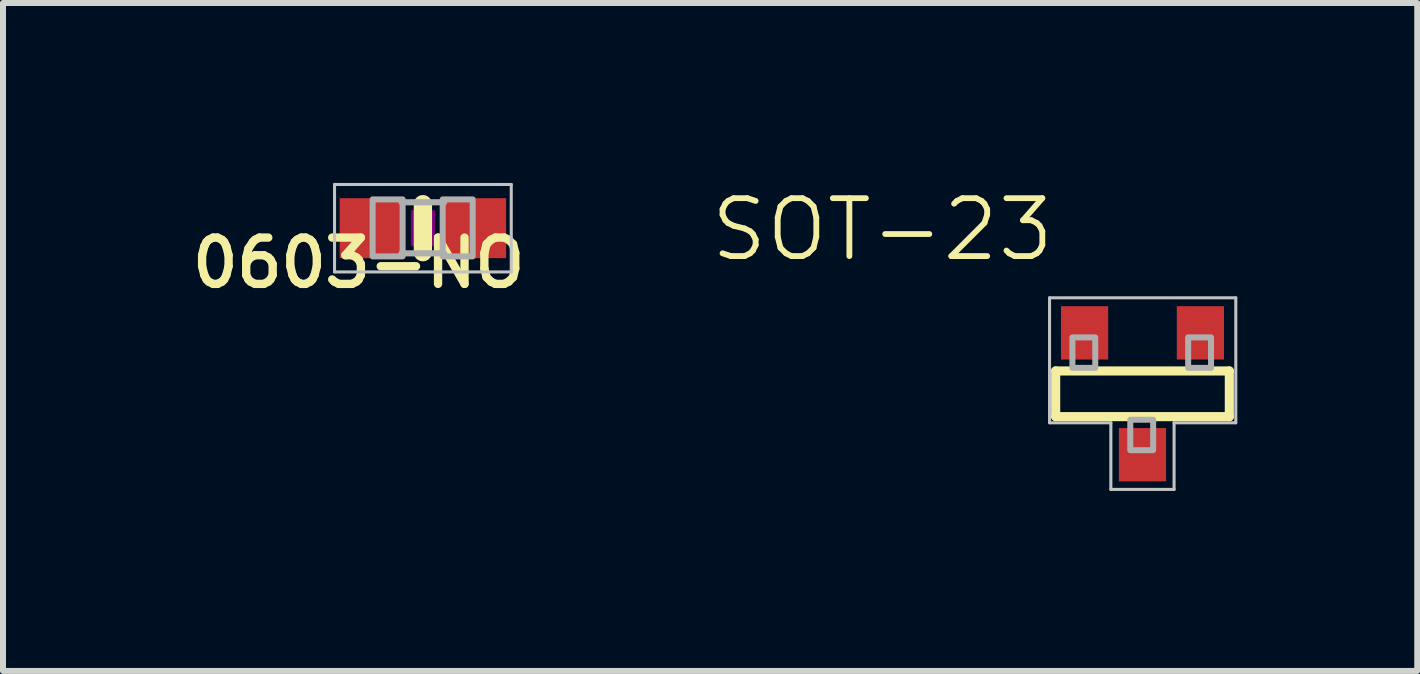
<source format=kicad_pcb>
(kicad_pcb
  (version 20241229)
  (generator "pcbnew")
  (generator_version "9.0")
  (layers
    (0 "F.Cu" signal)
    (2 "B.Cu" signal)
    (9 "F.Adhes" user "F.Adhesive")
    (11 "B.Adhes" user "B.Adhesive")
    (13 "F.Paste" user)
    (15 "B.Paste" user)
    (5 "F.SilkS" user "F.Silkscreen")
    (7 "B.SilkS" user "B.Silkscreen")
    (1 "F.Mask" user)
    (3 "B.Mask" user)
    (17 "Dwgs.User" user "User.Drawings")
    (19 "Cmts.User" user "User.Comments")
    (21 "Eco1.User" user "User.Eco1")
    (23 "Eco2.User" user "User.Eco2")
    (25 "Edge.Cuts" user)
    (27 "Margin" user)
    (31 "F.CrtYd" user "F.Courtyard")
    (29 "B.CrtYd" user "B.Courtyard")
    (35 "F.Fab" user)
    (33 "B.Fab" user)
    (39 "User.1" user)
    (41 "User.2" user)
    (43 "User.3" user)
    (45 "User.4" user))
  (footprint "SOT-23"
    (layer "F.Cu")
    (at 15.971 3.515)
    (property "Reference" "SOT-23" (at -1.397 -3.302 180) (layer "F.SilkS") (effects (font (size 0.965 0.965) (thickness 0.097)) (justify right top)))
    (attr through_hole)
    (fp_line (start -1.422 -0.381) (end 1.473 -0.381) (stroke (width 0.152) (type solid)) (layer "F.SilkS"))
    (fp_line (start -1.422 0.381) (end -1.422 -0.381) (stroke (width 0.152) (type solid)) (layer "F.SilkS"))
    (fp_line (start 1.473 -0.381) (end 1.473 0.381) (stroke (width 0.152) (type solid)) (layer "F.SilkS"))
    (fp_line (start 1.473 0.381) (end -1.422 0.381) (stroke (width 0.152) (type solid)) (layer "F.SilkS"))
    (fp_line (start -1.524 -1.6) (end 1.581 -1.6) (stroke (width 0.051) (type solid)) (layer "Dwgs.User"))
    (fp_line (start -1.524 0.483) (end -1.524 -1.6) (stroke (width 0.051) (type solid)) (layer "Dwgs.User"))
    (fp_line (start -0.502 0.483) (end -1.524 0.483) (stroke (width 0.051) (type solid)) (layer "Dwgs.User"))
    (fp_line (start -0.502 1.594) (end -0.502 0.483) (stroke (width 0.051) (type solid)) (layer "Dwgs.User"))
    (fp_line (start 0.552 0.483) (end 0.552 1.594) (stroke (width 0.051) (type solid)) (layer "Dwgs.User"))
    (fp_line (start 0.552 1.594) (end -0.502 1.594) (stroke (width 0.051) (type solid)) (layer "Dwgs.User"))
    (fp_line (start 1.581 -1.6) (end 1.581 0.483) (stroke (width 0.051) (type solid)) (layer "Dwgs.User"))
    (fp_line (start 1.581 0.483) (end 0.552 0.483) (stroke (width 0.051) (type solid)) (layer "Dwgs.User"))
    (fp_poly (pts (xy -1.143 -0.432) (xy -0.762 -0.432) (xy -0.762 -0.94) (xy -1.143 -0.94)) (stroke (width 0.1) (type solid)) (fill no) (layer "F.Fab"))
    (fp_poly (pts (xy -0.178 0.94) (xy 0.203 0.94) (xy 0.203 0.432) (xy -0.178 0.432)) (stroke (width 0.1) (type solid)) (fill no) (layer "F.Fab"))
    (fp_poly (pts (xy 0.787 -0.432) (xy 1.168 -0.432) (xy 1.168 -0.94) (xy 0.787 -0.94)) (stroke (width 0.1) (type solid)) (fill no) (layer "F.Fab"))
    (pad "1" smd rect (at 0.025 1.016) (size 0.787 0.889) (layers "F.Cu" "F.Mask" "F.Paste"))
    (pad "2" smd rect (at -0.94 -1.016) (size 0.787 0.889) (layers "F.Cu" "F.Mask" "F.Paste"))
    (pad "3" smd rect (at 0.991 -1.016) (size 0.787 0.889) (layers "F.Cu" "F.Mask" "F.Paste")))
  (footprint "0603-NO"
    (layer "F.Cu")
    (at 4 0.754)
    (property "Reference" "0603-NO" (at 1.778 0.127 180) (layer "F.SilkS") (effects (font (size 0.772 0.772) (thickness 0.139)) (justify right top)))
    (attr through_hole)
    (fp_line (start 0 -0.4) (end 0 0.4) (stroke (width 0.305) (type solid)) (layer "F.SilkS"))
    (fp_poly (pts (xy -0.2 0.3) (xy 0.2 0.3) (xy 0.2 -0.3) (xy -0.2 -0.3)) (stroke (width 0) (type solid)) (fill yes) (layer "F.Adhes"))
    (fp_line (start -1.473 -0.729) (end 1.473 -0.729) (stroke (width 0.051) (type solid)) (layer "Dwgs.User"))
    (fp_line (start -1.473 0.729) (end -1.473 -0.729) (stroke (width 0.051) (type solid)) (layer "Dwgs.User"))
    (fp_line (start 1.473 -0.729) (end 1.473 0.729) (stroke (width 0.051) (type solid)) (layer "Dwgs.User"))
    (fp_line (start 1.473 0.729) (end -1.473 0.729) (stroke (width 0.051) (type solid)) (layer "Dwgs.User"))
    (fp_line (start -0.356 -0.432) (end 0.356 -0.432) (stroke (width 0.102) (type solid)) (layer "F.Fab"))
    (fp_line (start -0.356 0.419) (end 0.356 0.419) (stroke (width 0.102) (type solid)) (layer "F.Fab"))
    (fp_poly (pts (xy -0.838 0.47) (xy -0.338 0.47) (xy -0.338 -0.48) (xy -0.838 -0.48)) (stroke (width 0.1) (type solid)) (fill no) (layer "F.Fab"))
    (fp_poly (pts (xy 0.33 0.47) (xy 0.83 0.47) (xy 0.83 -0.48) (xy 0.33 -0.48)) (stroke (width 0.1) (type solid)) (fill no) (layer "F.Fab"))
    (pad "1" smd rect (at -0.85 0) (size 1.075 1) (layers "F.Cu" "F.Mask" "F.Paste"))
    (pad "2" smd rect (at 0.85 0) (size 1.075 1) (layers "F.Cu" "F.Mask" "F.Paste")))
  (gr_rect
    (start -3 -3)
    (end 20.577 8.135)
    (stroke (width 0.1) (type default))
    (fill no)
    (layer "Edge.Cuts")))
</source>
